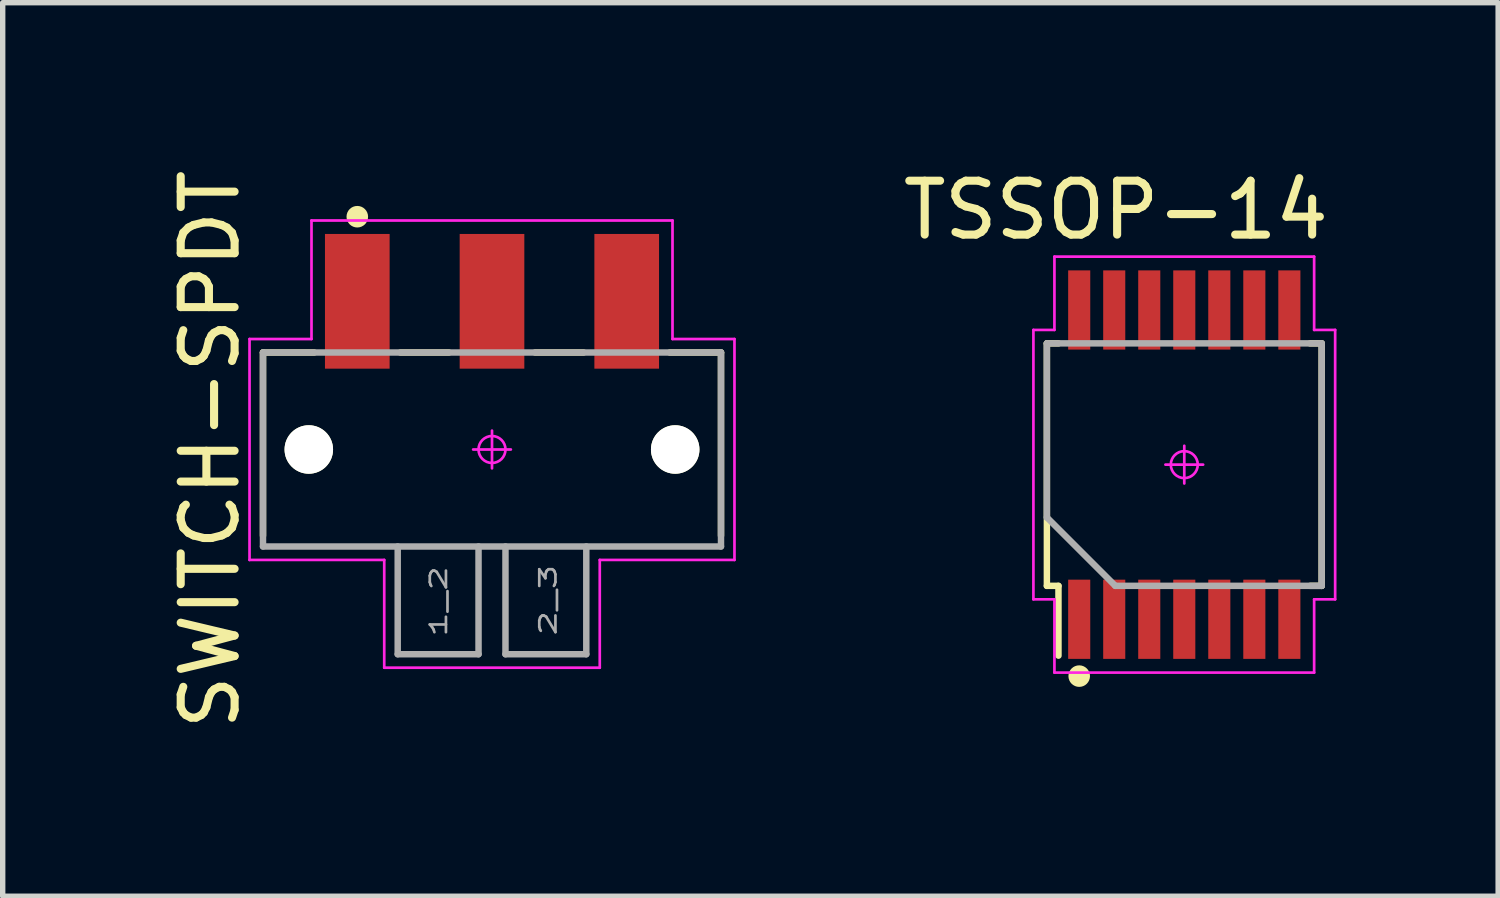
<source format=kicad_pcb>
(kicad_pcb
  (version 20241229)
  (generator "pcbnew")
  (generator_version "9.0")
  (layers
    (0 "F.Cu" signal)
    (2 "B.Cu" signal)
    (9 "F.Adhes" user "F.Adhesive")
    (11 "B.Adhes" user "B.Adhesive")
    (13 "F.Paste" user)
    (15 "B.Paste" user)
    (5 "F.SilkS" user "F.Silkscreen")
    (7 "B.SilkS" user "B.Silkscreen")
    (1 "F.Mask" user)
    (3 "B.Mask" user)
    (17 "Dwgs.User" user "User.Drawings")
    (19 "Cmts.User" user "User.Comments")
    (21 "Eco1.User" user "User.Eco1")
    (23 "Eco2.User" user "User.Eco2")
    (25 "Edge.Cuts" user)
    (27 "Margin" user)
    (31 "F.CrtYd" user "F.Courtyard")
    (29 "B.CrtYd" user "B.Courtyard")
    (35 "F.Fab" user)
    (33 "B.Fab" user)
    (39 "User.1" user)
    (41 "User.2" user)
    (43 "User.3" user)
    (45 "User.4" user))
  (footprint "TSSOP-14"
    (layer "F.Cu")
    (at 18.929 5.573)
    (property "Reference" "TSSOP-14" (at -1.27 -4.724 0) (layer "F.SilkS") (effects (font (size 1 1) (thickness 0.15))))
    (attr through_hole)
    (fp_line (start -2.55 -2.25) (end -2.335 -2.25) (stroke (width 0.12) (type solid)) (layer "F.SilkS"))
    (fp_line (start -2.55 2.25) (end -2.55 -2.25) (stroke (width 0.12) (type solid)) (layer "F.SilkS"))
    (fp_line (start -2.335 2.25) (end -2.55 2.25) (stroke (width 0.12) (type solid)) (layer "F.SilkS"))
    (fp_line (start -2.335 3.545) (end -2.335 2.25) (stroke (width 0.12) (type solid)) (layer "F.SilkS"))
    (fp_line (start 2.335 2.25) (end 2.55 2.25) (stroke (width 0.12) (type solid)) (layer "F.SilkS"))
    (fp_line (start 2.55 -2.25) (end 2.335 -2.25) (stroke (width 0.12) (type solid)) (layer "F.SilkS"))
    (fp_line (start 2.55 2.25) (end 2.55 -2.25) (stroke (width 0.12) (type solid)) (layer "F.SilkS"))
    (fp_circle (center -1.95 3.925) (end -1.85 3.925) (stroke (width 0.2) (type solid)) (fill no) (layer "F.SilkS"))
    (fp_line (start -2.8 -2.5) (end -2.8 2.5) (stroke (width 0.05) (type solid)) (layer "F.CrtYd"))
    (fp_line (start -2.8 2.5) (end -2.41 2.5) (stroke (width 0.05) (type solid)) (layer "F.CrtYd"))
    (fp_line (start -2.41 -3.86) (end -2.41 -2.5) (stroke (width 0.05) (type solid)) (layer "F.CrtYd"))
    (fp_line (start -2.41 -2.5) (end -2.8 -2.5) (stroke (width 0.05) (type solid)) (layer "F.CrtYd"))
    (fp_line (start -2.41 2.5) (end -2.41 3.86) (stroke (width 0.05) (type solid)) (layer "F.CrtYd"))
    (fp_line (start -2.41 3.86) (end 2.41 3.86) (stroke (width 0.05) (type solid)) (layer "F.CrtYd"))
    (fp_line (start -0.35 0) (end 0.35 0) (stroke (width 0.05) (type solid)) (layer "F.CrtYd"))
    (fp_line (start 0 -0.35) (end 0 0.35) (stroke (width 0.05) (type solid)) (layer "F.CrtYd"))
    (fp_line (start 2.41 -3.86) (end -2.41 -3.86) (stroke (width 0.05) (type solid)) (layer "F.CrtYd"))
    (fp_line (start 2.41 -2.5) (end 2.41 -3.86) (stroke (width 0.05) (type solid)) (layer "F.CrtYd"))
    (fp_line (start 2.41 2.5) (end 2.8 2.5) (stroke (width 0.05) (type solid)) (layer "F.CrtYd"))
    (fp_line (start 2.41 3.86) (end 2.41 2.5) (stroke (width 0.05) (type solid)) (layer "F.CrtYd"))
    (fp_line (start 2.8 -2.5) (end 2.41 -2.5) (stroke (width 0.05) (type solid)) (layer "F.CrtYd"))
    (fp_line (start 2.8 2.5) (end 2.8 -2.5) (stroke (width 0.05) (type solid)) (layer "F.CrtYd"))
    (fp_circle (center 0 0) (end -0.25 0) (stroke (width 0.05) (type solid)) (fill no) (layer "F.CrtYd"))
    (fp_line (start -2.55 -2.25) (end 2.55 -2.25) (stroke (width 0.12) (type solid)) (layer "F.Fab"))
    (fp_line (start -2.55 0.98) (end -2.55 -2.25) (stroke (width 0.12) (type solid)) (layer "F.Fab"))
    (fp_line (start -1.28 2.25) (end -2.55 0.98) (stroke (width 0.12) (type solid)) (layer "F.Fab"))
    (fp_line (start 2.55 -2.25) (end 2.55 2.25) (stroke (width 0.12) (type solid)) (layer "F.Fab"))
    (fp_line (start 2.55 2.25) (end -1.28 2.25) (stroke (width 0.12) (type solid)) (layer "F.Fab"))
    (pad "1" smd rect (at -1.95 2.87) (size 0.41 1.47) (layers "F.Cu" "F.Mask" "F.Paste"))
    (pad "2" smd rect (at -1.3 2.87) (size 0.41 1.47) (layers "F.Cu" "F.Mask" "F.Paste"))
    (pad "3" smd rect (at -0.65 2.87) (size 0.41 1.47) (layers "F.Cu" "F.Mask" "F.Paste"))
    (pad "4" smd rect (at 0 2.87) (size 0.41 1.47) (layers "F.Cu" "F.Mask" "F.Paste"))
    (pad "5" smd rect (at 0.65 2.87) (size 0.41 1.47) (layers "F.Cu" "F.Mask" "F.Paste"))
    (pad "6" smd rect (at 1.3 2.87) (size 0.41 1.47) (layers "F.Cu" "F.Mask" "F.Paste"))
    (pad "7" smd rect (at 1.95 2.87) (size 0.41 1.47) (layers "F.Cu" "F.Mask" "F.Paste"))
    (pad "8" smd rect (at 1.95 -2.87) (size 0.41 1.47) (layers "F.Cu" "F.Mask" "F.Paste"))
    (pad "9" smd rect (at 1.3 -2.87) (size 0.41 1.47) (layers "F.Cu" "F.Mask" "F.Paste"))
    (pad "10" smd rect (at 0.65 -2.87) (size 0.41 1.47) (layers "F.Cu" "F.Mask" "F.Paste"))
    (pad "11" smd rect (at 0 -2.87) (size 0.41 1.47) (layers "F.Cu" "F.Mask" "F.Paste"))
    (pad "12" smd rect (at -0.65 -2.87) (size 0.41 1.47) (layers "F.Cu" "F.Mask" "F.Paste"))
    (pad "13" smd rect (at -1.3 -2.87) (size 0.41 1.47) (layers "F.Cu" "F.Mask" "F.Paste"))
    (pad "14" smd rect (at -1.95 -2.87) (size 0.41 1.47) (layers "F.Cu" "F.Mask" "F.Paste")))
  (footprint "SWITCH-SPDT"
    (layer "F.Cu")
    (at 6.081 5.292)
    (property "Reference" "SWITCH-SPDT" (at -5.232 0 90) (layer "F.SilkS") (effects (font (size 1 1) (thickness 0.15))))
    (attr through_hole)
    (fp_line (start -4.25 -1.8) (end -3.3 -1.8) (stroke (width 0.12) (type solid)) (layer "F.SilkS"))
    (fp_line (start -4.25 1.6) (end -4.25 -1.8) (stroke (width 0.12) (type solid)) (layer "F.SilkS"))
    (fp_line (start -1.7 -1.8) (end -0.8 -1.8) (stroke (width 0.12) (type solid)) (layer "F.SilkS"))
    (fp_line (start 0.8 -1.8) (end 1.7 -1.8) (stroke (width 0.12) (type solid)) (layer "F.SilkS"))
    (fp_line (start 3.3 -1.8) (end 4.25 -1.8) (stroke (width 0.12) (type solid)) (layer "F.SilkS"))
    (fp_line (start 4.25 -1.8) (end 4.25 1.6) (stroke (width 0.12) (type solid)) (layer "F.SilkS"))
    (fp_circle (center -2.5 -4.32) (end -2.4 -4.32) (stroke (width 0.2) (type solid)) (fill no) (layer "F.SilkS"))
    (fp_line (start -4.5 -2.05) (end -3.35 -2.05) (stroke (width 0.05) (type solid)) (layer "F.CrtYd"))
    (fp_line (start -4.5 2.05) (end -4.5 -2.05) (stroke (width 0.05) (type solid)) (layer "F.CrtYd"))
    (fp_line (start -4.5 2.05) (end -2 2.05) (stroke (width 0.05) (type solid)) (layer "F.CrtYd"))
    (fp_line (start -3.35 -4.25) (end 3.35 -4.25) (stroke (width 0.05) (type solid)) (layer "F.CrtYd"))
    (fp_line (start -3.35 -2.05) (end -3.35 -4.25) (stroke (width 0.05) (type solid)) (layer "F.CrtYd"))
    (fp_line (start -2 4.05) (end -2 2.05) (stroke (width 0.05) (type solid)) (layer "F.CrtYd"))
    (fp_line (start -2 4.05) (end 2 4.05) (stroke (width 0.05) (type solid)) (layer "F.CrtYd"))
    (fp_line (start -0.35 0) (end 0.35 0) (stroke (width 0.05) (type solid)) (layer "F.CrtYd"))
    (fp_line (start 0 -0.35) (end 0 0.35) (stroke (width 0.05) (type solid)) (layer "F.CrtYd"))
    (fp_line (start 2 2.05) (end 4.5 2.05) (stroke (width 0.05) (type solid)) (layer "F.CrtYd"))
    (fp_line (start 2 4.05) (end 2 2.05) (stroke (width 0.05) (type solid)) (layer "F.CrtYd"))
    (fp_line (start 3.35 -4.25) (end 3.35 -2.05) (stroke (width 0.05) (type solid)) (layer "F.CrtYd"))
    (fp_line (start 4.5 -2.05) (end 3.35 -2.05) (stroke (width 0.05) (type solid)) (layer "F.CrtYd"))
    (fp_line (start 4.5 -2.05) (end 4.5 2.05) (stroke (width 0.05) (type solid)) (layer "F.CrtYd"))
    (fp_circle (center 0 0) (end -0.25 0) (stroke (width 0.05) (type solid)) (fill no) (layer "F.CrtYd"))
    (fp_line (start -4.25 -1.8) (end 4.25 -1.8) (stroke (width 0.12) (type solid)) (layer "F.Fab"))
    (fp_line (start -4.25 1.8) (end -4.25 -1.8) (stroke (width 0.12) (type solid)) (layer "F.Fab"))
    (fp_line (start -1.75 1.8) (end -1.75 3.8) (stroke (width 0.12) (type solid)) (layer "F.Fab"))
    (fp_line (start -1.75 3.8) (end -0.25 3.8) (stroke (width 0.12) (type solid)) (layer "F.Fab"))
    (fp_line (start -0.25 3.8) (end -0.25 1.8) (stroke (width 0.12) (type solid)) (layer "F.Fab"))
    (fp_line (start 0.25 1.8) (end 0.25 3.8) (stroke (width 0.12) (type solid)) (layer "F.Fab"))
    (fp_line (start 0.25 3.8) (end 1.75 3.8) (stroke (width 0.12) (type solid)) (layer "F.Fab"))
    (fp_line (start 1.75 3.8) (end 1.75 1.8) (stroke (width 0.12) (type solid)) (layer "F.Fab"))
    (fp_line (start 4.25 -1.8) (end 4.25 1.8) (stroke (width 0.12) (type solid)) (layer "F.Fab"))
    (fp_line (start 4.25 1.8) (end -4.25 1.8) (stroke (width 0.12) (type solid)) (layer "F.Fab"))
    (fp_text user "2_3" (at 1.041 2.794 90) (layer "F.Fab") (effects (font (size 0.3 0.5) (thickness 0.05))))
    (fp_text user "1_2" (at -0.991 2.819 90) (layer "F.Fab") (effects (font (size 0.3 0.5) (thickness 0.05))))
    (pad "" np_thru_hole circle (at -3.4 0) (size 0.9 0.9) (drill 0.9) (layers "*.Cu" "*.Mask" "F.SilkS"))
    (pad "" np_thru_hole circle (at 3.4 0) (size 0.9 0.9) (drill 0.9) (layers "*.Cu" "*.Mask" "F.SilkS"))
    (pad "1" smd rect (at -2.5 -2.75) (size 1.2 2.5) (layers "F.Cu" "F.Mask" "F.Paste"))
    (pad "2" smd rect (at 0 -2.75) (size 1.2 2.5) (layers "F.Cu" "F.Mask" "F.Paste"))
    (pad "3" smd rect (at 2.5 -2.75) (size 1.2 2.5) (layers "F.Cu" "F.Mask" "F.Paste")))
  (gr_rect
    (start -3 -3)
    (end 24.754 13.583)
    (stroke (width 0.1) (type default))
    (fill no)
    (layer "Edge.Cuts")))
</source>
